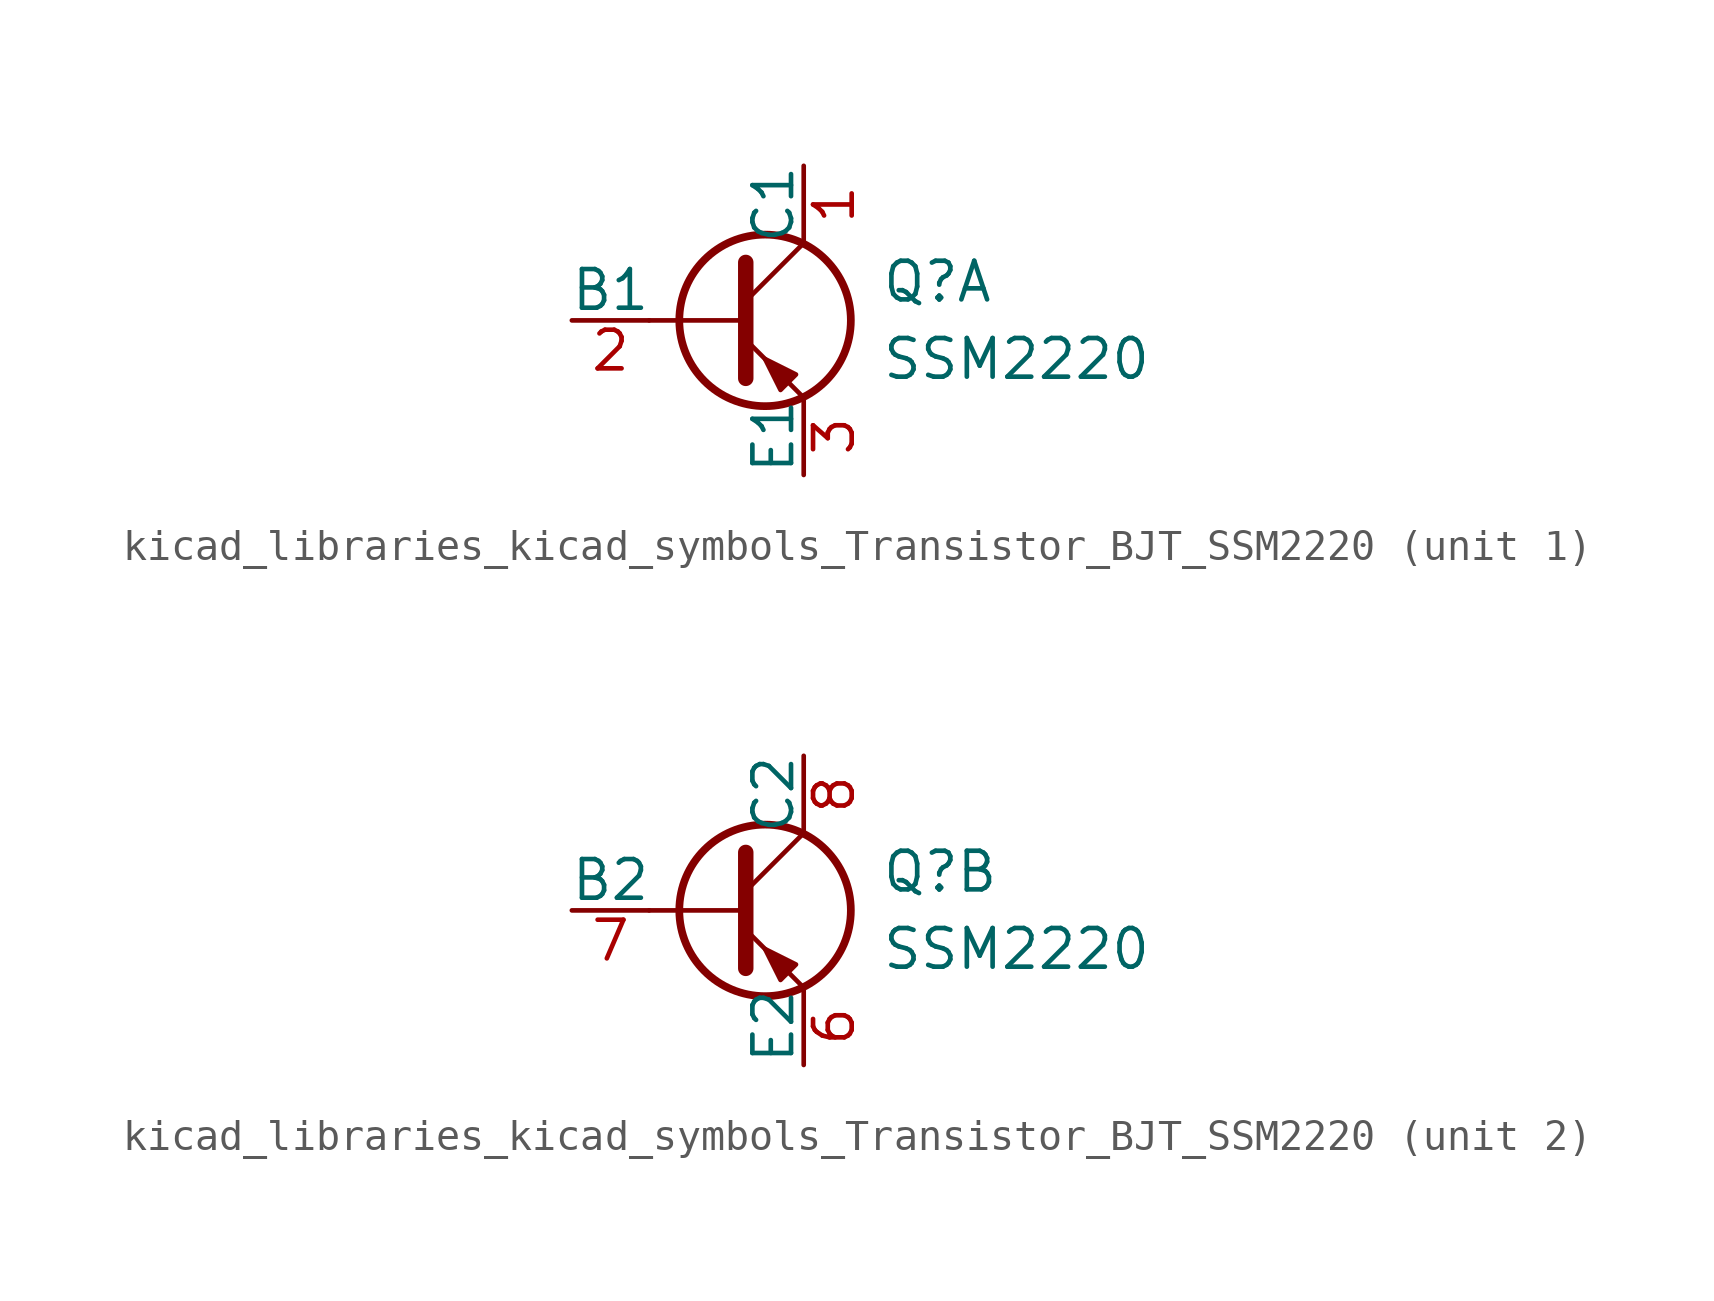
<source format=kicad_sym>
(kicad_symbol_lib
  (version 20220914)
  (generator kicad_symbol_editor)
  (symbol "kicad_libraries_kicad_symbols_Transistor_BJT_SSM2220"
    (pin_names
      (offset 0))
    (property "Reference" "Q"
      (at 5.08 1.27 0)
      (effects (font (size 1.27 1.27)) (justify left)))
    (property "Value" "SSM2220"
      (at 5.08 -1.27 0)
      (effects (font (size 1.27 1.27)) (justify left)))
    (symbol "kicad_libraries_kicad_symbols_Transistor_BJT_SSM2220_0_1"
      (polyline (pts (xy 0.635 0) (xy -2.54 0)) (stroke (width 0) (type default)) (fill (type none)))
      (polyline (pts (xy 0.635 0.635) (xy 2.54 2.54)) (stroke (width 0) (type default)) (fill (type none)))
      (polyline (pts (xy 0.635 -0.635) (xy 2.54 -2.54) (xy 2.54 -2.54)) (stroke (width 0) (type default)) (fill (type none)))
      (polyline (pts (xy 0.635 1.905) (xy 0.635 -1.905) (xy 0.635 -1.905)) (stroke (width 0.508) (type default)) (fill (type none)))
      (polyline (pts (xy 2.286 -1.778) (xy 1.778 -2.286) (xy 1.27 -1.27) (xy 2.286 -1.778) (xy 2.286 -1.778)) (stroke (width 0) (type default)) (fill (type outline)))
      (circle (center 1.27 0) (radius 2.819) (stroke (width 0.254) (type default)) (fill (type none))))
    (symbol "kicad_libraries_kicad_symbols_Transistor_BJT_SSM2220_1_1"
      (pin passive line (at 2.54 5.08 270) (length 2.54) (name "C1" (effects (font (size 1.27 1.27)))) (number "1" (effects (font (size 1.27 1.27)))))
      (pin input line (at -5.08 0 0) (length 2.54) (name "B1" (effects (font (size 1.27 1.27)))) (number "2" (effects (font (size 1.27 1.27)))))
      (pin passive line (at 2.54 -5.08 90) (length 2.54) (name "E1" (effects (font (size 1.27 1.27)))) (number "3" (effects (font (size 1.27 1.27))))))
    (symbol "kicad_libraries_kicad_symbols_Transistor_BJT_SSM2220_2_1"
      (pin passive line (at 2.54 -5.08 90) (length 2.54) (name "E2" (effects (font (size 1.27 1.27)))) (number "6" (effects (font (size 1.27 1.27)))))
      (pin input line (at -5.08 0 0) (length 2.54) (name "B2" (effects (font (size 1.27 1.27)))) (number "7" (effects (font (size 1.27 1.27)))))
      (pin passive line (at 2.54 5.08 270) (length 2.54) (name "C2" (effects (font (size 1.27 1.27)))) (number "8" (effects (font (size 1.27 1.27))))))))
</source>
